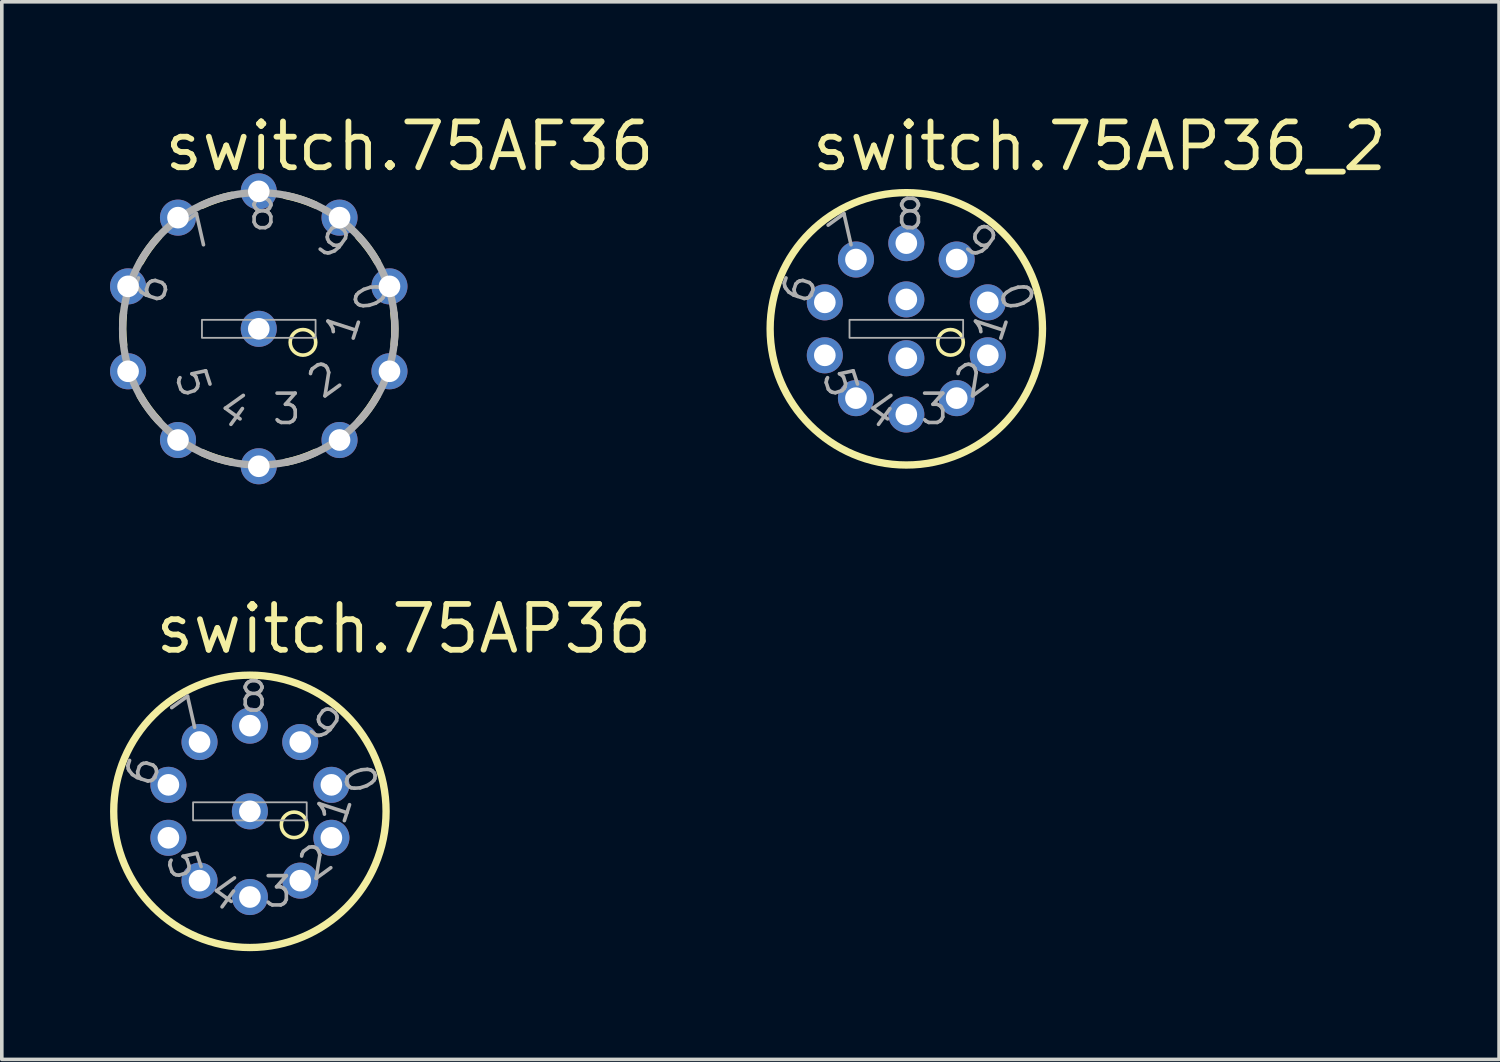
<source format=kicad_pcb>
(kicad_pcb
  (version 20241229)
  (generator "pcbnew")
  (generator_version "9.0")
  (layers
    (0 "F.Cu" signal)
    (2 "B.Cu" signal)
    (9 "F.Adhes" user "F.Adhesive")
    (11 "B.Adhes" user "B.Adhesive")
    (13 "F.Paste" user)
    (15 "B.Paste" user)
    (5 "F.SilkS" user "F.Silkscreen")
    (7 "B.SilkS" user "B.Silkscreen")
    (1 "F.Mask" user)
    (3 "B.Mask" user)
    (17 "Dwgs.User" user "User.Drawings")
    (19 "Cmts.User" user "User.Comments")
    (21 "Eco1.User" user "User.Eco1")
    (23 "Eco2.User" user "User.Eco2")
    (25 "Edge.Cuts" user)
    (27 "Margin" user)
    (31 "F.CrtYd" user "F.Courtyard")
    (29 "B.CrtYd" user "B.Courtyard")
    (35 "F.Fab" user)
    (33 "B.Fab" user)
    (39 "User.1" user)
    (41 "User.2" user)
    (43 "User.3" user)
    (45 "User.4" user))
  (footprint "switch.75AP36_2"
    (layer "F.Cu")
    (at 22.073 6.065)
    (property "Reference" "switch.75AP36_2" (at -2.7 -4.315 0) (layer "F.SilkS") (effects (font (size 1.27 1.27) (thickness 0.16)) (justify left bottom)))
    (attr through_hole)
    (fp_circle (center 0 0) (end 3.775 0) (stroke (width 0.203) (type default)) (fill no) (layer "F.SilkS"))
    (fp_circle (center 1.225 0.375) (end 1.579 0.375) (stroke (width 0.1) (type default)) (fill no) (layer "F.SilkS"))
    (fp_rect (start -1.575 0.25) (end 1.575 -0.25) (stroke (width 0.05) (type default)) (fill no) (layer "F.Fab"))
    (fp_text user "4" (at -1.325 2.375 144) (layer "F.Fab") (effects (font (size 0.813 0.813) (thickness 0.1)) (justify left bottom)))
    (fp_text user "9" (at 1.4 -2.3 324) (layer "F.Fab") (effects (font (size 0.813 0.813) (thickness 0.1)) (justify left bottom)))
    (fp_text user "0" (at 2.45 -1.175 288) (layer "F.Fab") (effects (font (size 0.813 0.813) (thickness 0.1)) (justify left bottom)))
    (fp_text user "8" (at -0.35 -2.7 0) (layer "F.Fab") (effects (font (size 0.813 0.813) (thickness 0.1)) (justify left bottom)))
    (fp_text user "6" (at -2.65 -0.55 72) (layer "F.Fab") (effects (font (size 0.813 0.813) (thickness 0.1)) (justify left bottom)))
    (fp_text user "5" (at -2.425 1.2 108) (layer "F.Fab") (effects (font (size 0.813 0.813) (thickness 0.1)) (justify left bottom)))
    (fp_text user "3" (at 0.325 2.7 180) (layer "F.Fab") (effects (font (size 0.813 0.813) (thickness 0.1)) (justify left bottom)))
    (fp_text user "2" (at 1.75 2.05 216) (layer "F.Fab") (effects (font (size 0.813 0.813) (thickness 0.1)) (justify left bottom)))
    (fp_text user "7" (at -1.775 -2.025 36) (layer "F.Fab") (effects (font (size 0.813 0.813) (thickness 0.1)) (justify left bottom)))
    (fp_text user "1" (at 2.65 0.5 252) (layer "F.Fab") (effects (font (size 0.813 0.813) (thickness 0.1)) (justify left bottom)))
    (pad "1" thru_hole circle (at 2.259 0.734 342) (size 1 1) (drill 0.6) (layers "*.Cu" "*.Mask"))
    (pad "2" thru_hole circle (at 1.396 1.921 306) (size 1 1) (drill 0.6) (layers "*.Cu" "*.Mask"))
    (pad "3" thru_hole circle (at 0 2.375 270) (size 1 1) (drill 0.6) (layers "*.Cu" "*.Mask"))
    (pad "4" thru_hole circle (at -1.396 1.921 234) (size 1 1) (drill 0.6) (layers "*.Cu" "*.Mask"))
    (pad "5" thru_hole circle (at -2.259 0.734 198) (size 1 1) (drill 0.6) (layers "*.Cu" "*.Mask"))
    (pad "6" thru_hole circle (at -2.259 -0.734 162) (size 1 1) (drill 0.6) (layers "*.Cu" "*.Mask"))
    (pad "7" thru_hole circle (at -1.396 -1.921 126) (size 1 1) (drill 0.6) (layers "*.Cu" "*.Mask"))
    (pad "8" thru_hole circle (at 0 -2.375 90) (size 1 1) (drill 0.6) (layers "*.Cu" "*.Mask"))
    (pad "9" thru_hole circle (at 1.396 -1.921 54) (size 1 1) (drill 0.6) (layers "*.Cu" "*.Mask"))
    (pad "10" thru_hole circle (at 2.259 -0.734 18) (size 1 1) (drill 0.6) (layers "*.Cu" "*.Mask"))
    (pad "C1" thru_hole circle (at 0 0.815) (size 1 1) (drill 0.6) (layers "*.Cu" "*.Mask"))
    (pad "C2" thru_hole circle (at 0 -0.815) (size 1 1) (drill 0.6) (layers "*.Cu" "*.Mask")))
  (footprint "switch.75AF36"
    (layer "F.Cu")
    (at 4.123 6.065)
    (property "Reference" "switch.75AF36" (at -2.7 -4.315 0) (layer "F.SilkS") (effects (font (size 1.27 1.27) (thickness 0.16)) (justify left bottom)))
    (attr through_hole)
    (fp_arc (start -3.744 0.4395) (mid -3.772389 0.00494) (end -3.7506 -0.43) (stroke (width 0.2032) (type default)) (layer "F.SilkS"))
    (fp_arc (start -3.2873 -1.8451) (mid -3.054809 -2.213393) (end -2.7815 -2.5525) (stroke (width 0.2032) (type default)) (layer "F.SilkS"))
    (fp_arc (start -2.7706 2.5562) (mid -3.048984 2.221299) (end -3.287 1.8566) (stroke (width 0.2032) (type default)) (layer "F.SilkS"))
    (fp_arc (start -1.575 -3.425) (mid -1.170434 -3.586302) (end -0.75 -3.7) (stroke (width 0.2032) (type default)) (layer "F.SilkS"))
    (fp_arc (start -0.7389 3.6965) (mid -1.160973 3.589168) (end -1.5679 3.434) (stroke (width 0.2032) (type default)) (layer "F.SilkS"))
    (fp_arc (start 0.7389 -3.6965) (mid 1.160973 -3.589168) (end 1.5679 -3.434) (stroke (width 0.2032) (type default)) (layer "F.SilkS"))
    (fp_arc (start 1.575 3.425) (mid 1.170434 3.586302) (end 0.75 3.7) (stroke (width 0.2032) (type default)) (layer "F.SilkS"))
    (fp_arc (start 2.7706 -2.5562) (mid 3.048984 -2.221299) (end 3.287 -1.8566) (stroke (width 0.2032) (type default)) (layer "F.SilkS"))
    (fp_arc (start 3.2873 1.8451) (mid 3.054809 2.213393) (end 2.7815 2.5525) (stroke (width 0.2032) (type default)) (layer "F.SilkS"))
    (fp_arc (start 3.744 -0.4395) (mid 3.772389 -0.00494) (end 3.7506 0.43) (stroke (width 0.2032) (type default)) (layer "F.SilkS"))
    (fp_circle (center 1.225 0.375) (end 1.579 0.375) (stroke (width 0.1) (type default)) (fill no) (layer "F.SilkS"))
    (fp_rect (start -1.575 0.25) (end 1.575 -0.25) (stroke (width 0.05) (type default)) (fill no) (layer "F.Fab"))
    (fp_circle (center 0 0) (end 3.775 0) (stroke (width 0.203) (type default)) (fill no) (layer "F.Fab"))
    (fp_text user "5" (at -2.425 1.2 108) (layer "F.Fab") (effects (font (size 0.813 0.813) (thickness 0.1)) (justify left bottom)))
    (fp_text user "4" (at -1.325 2.375 144) (layer "F.Fab") (effects (font (size 0.813 0.813) (thickness 0.1)) (justify left bottom)))
    (fp_text user "8" (at -0.35 -2.7 0) (layer "F.Fab") (effects (font (size 0.813 0.813) (thickness 0.1)) (justify left bottom)))
    (fp_text user "7" (at -1.775 -2.025 36) (layer "F.Fab") (effects (font (size 0.813 0.813) (thickness 0.1)) (justify left bottom)))
    (fp_text user "9" (at 1.4 -2.3 324) (layer "F.Fab") (effects (font (size 0.813 0.813) (thickness 0.1)) (justify left bottom)))
    (fp_text user "0" (at 2.45 -1.175 288) (layer "F.Fab") (effects (font (size 0.813 0.813) (thickness 0.1)) (justify left bottom)))
    (fp_text user "2" (at 1.75 2.05 216) (layer "F.Fab") (effects (font (size 0.813 0.813) (thickness 0.1)) (justify left bottom)))
    (fp_text user "1" (at 2.65 0.5 252) (layer "F.Fab") (effects (font (size 0.813 0.813) (thickness 0.1)) (justify left bottom)))
    (fp_text user "3" (at 0.325 2.7 180) (layer "F.Fab") (effects (font (size 0.813 0.813) (thickness 0.1)) (justify left bottom)))
    (fp_text user "6" (at -2.65 -0.55 72) (layer "F.Fab") (effects (font (size 0.813 0.813) (thickness 0.1)) (justify left bottom)))
    (pad "1" thru_hole circle (at 3.623 1.177 342) (size 1 1) (drill 0.6) (layers "*.Cu" "*.Mask"))
    (pad "2" thru_hole circle (at 2.239 3.082 306) (size 1 1) (drill 0.6) (layers "*.Cu" "*.Mask"))
    (pad "3" thru_hole circle (at 0 3.81 270) (size 1 1) (drill 0.6) (layers "*.Cu" "*.Mask"))
    (pad "4" thru_hole circle (at -2.239 3.082 234) (size 1 1) (drill 0.6) (layers "*.Cu" "*.Mask"))
    (pad "5" thru_hole circle (at -3.623 1.177 198) (size 1 1) (drill 0.6) (layers "*.Cu" "*.Mask"))
    (pad "6" thru_hole circle (at -3.623 -1.177 162) (size 1 1) (drill 0.6) (layers "*.Cu" "*.Mask"))
    (pad "7" thru_hole circle (at -2.239 -3.082 126) (size 1 1) (drill 0.6) (layers "*.Cu" "*.Mask"))
    (pad "8" thru_hole circle (at 0 -3.81 90) (size 1 1) (drill 0.6) (layers "*.Cu" "*.Mask"))
    (pad "9" thru_hole circle (at 2.239 -3.082 54) (size 1 1) (drill 0.6) (layers "*.Cu" "*.Mask"))
    (pad "10" thru_hole circle (at 3.623 -1.177 18) (size 1 1) (drill 0.6) (layers "*.Cu" "*.Mask"))
    (pad "C" thru_hole circle (at 0 0) (size 1 1) (drill 0.6) (layers "*.Cu" "*.Mask")))
  (footprint "switch.75AP36"
    (layer "F.Cu")
    (at 3.877 19.44)
    (property "Reference" "switch.75AP36" (at -2.7 -4.315 0) (layer "F.SilkS") (effects (font (size 1.27 1.27) (thickness 0.16)) (justify left bottom)))
    (attr through_hole)
    (fp_circle (center 0 0) (end 3.775 0) (stroke (width 0.203) (type default)) (fill no) (layer "F.SilkS"))
    (fp_circle (center 1.225 0.375) (end 1.579 0.375) (stroke (width 0.1) (type default)) (fill no) (layer "F.SilkS"))
    (fp_rect (start -1.575 0.25) (end 1.575 -0.25) (stroke (width 0.05) (type default)) (fill no) (layer "F.Fab"))
    (fp_text user "9" (at 1.4 -2.3 324) (layer "F.Fab") (effects (font (size 0.813 0.813) (thickness 0.1)) (justify left bottom)))
    (fp_text user "0" (at 2.45 -1.175 288) (layer "F.Fab") (effects (font (size 0.813 0.813) (thickness 0.1)) (justify left bottom)))
    (fp_text user "4" (at -1.325 2.375 144) (layer "F.Fab") (effects (font (size 0.813 0.813) (thickness 0.1)) (justify left bottom)))
    (fp_text user "3" (at 0.325 2.7 180) (layer "F.Fab") (effects (font (size 0.813 0.813) (thickness 0.1)) (justify left bottom)))
    (fp_text user "7" (at -1.775 -2.025 36) (layer "F.Fab") (effects (font (size 0.813 0.813) (thickness 0.1)) (justify left bottom)))
    (fp_text user "1" (at 2.65 0.5 252) (layer "F.Fab") (effects (font (size 0.813 0.813) (thickness 0.1)) (justify left bottom)))
    (fp_text user "5" (at -2.425 1.2 108) (layer "F.Fab") (effects (font (size 0.813 0.813) (thickness 0.1)) (justify left bottom)))
    (fp_text user "2" (at 1.75 2.05 216) (layer "F.Fab") (effects (font (size 0.813 0.813) (thickness 0.1)) (justify left bottom)))
    (fp_text user "8" (at -0.35 -2.7 0) (layer "F.Fab") (effects (font (size 0.813 0.813) (thickness 0.1)) (justify left bottom)))
    (fp_text user "6" (at -2.65 -0.55 72) (layer "F.Fab") (effects (font (size 0.813 0.813) (thickness 0.1)) (justify left bottom)))
    (pad "1" thru_hole circle (at 2.259 0.734 342) (size 1 1) (drill 0.6) (layers "*.Cu" "*.Mask"))
    (pad "2" thru_hole circle (at 1.396 1.921 306) (size 1 1) (drill 0.6) (layers "*.Cu" "*.Mask"))
    (pad "3" thru_hole circle (at 0 2.375 270) (size 1 1) (drill 0.6) (layers "*.Cu" "*.Mask"))
    (pad "4" thru_hole circle (at -1.396 1.921 234) (size 1 1) (drill 0.6) (layers "*.Cu" "*.Mask"))
    (pad "5" thru_hole circle (at -2.259 0.734 198) (size 1 1) (drill 0.6) (layers "*.Cu" "*.Mask"))
    (pad "6" thru_hole circle (at -2.259 -0.734 162) (size 1 1) (drill 0.6) (layers "*.Cu" "*.Mask"))
    (pad "7" thru_hole circle (at -1.396 -1.921 126) (size 1 1) (drill 0.6) (layers "*.Cu" "*.Mask"))
    (pad "8" thru_hole circle (at 0 -2.375 90) (size 1 1) (drill 0.6) (layers "*.Cu" "*.Mask"))
    (pad "9" thru_hole circle (at 1.396 -1.921 54) (size 1 1) (drill 0.6) (layers "*.Cu" "*.Mask"))
    (pad "10" thru_hole circle (at 2.259 -0.734 18) (size 1 1) (drill 0.6) (layers "*.Cu" "*.Mask"))
    (pad "C" thru_hole circle (at 0 0) (size 1 1) (drill 0.6) (layers "*.Cu" "*.Mask")))
  (gr_rect
    (start -3 -3)
    (end 38.504 26.317)
    (stroke (width 0.1) (type default))
    (fill no)
    (layer "Edge.Cuts")))
</source>
